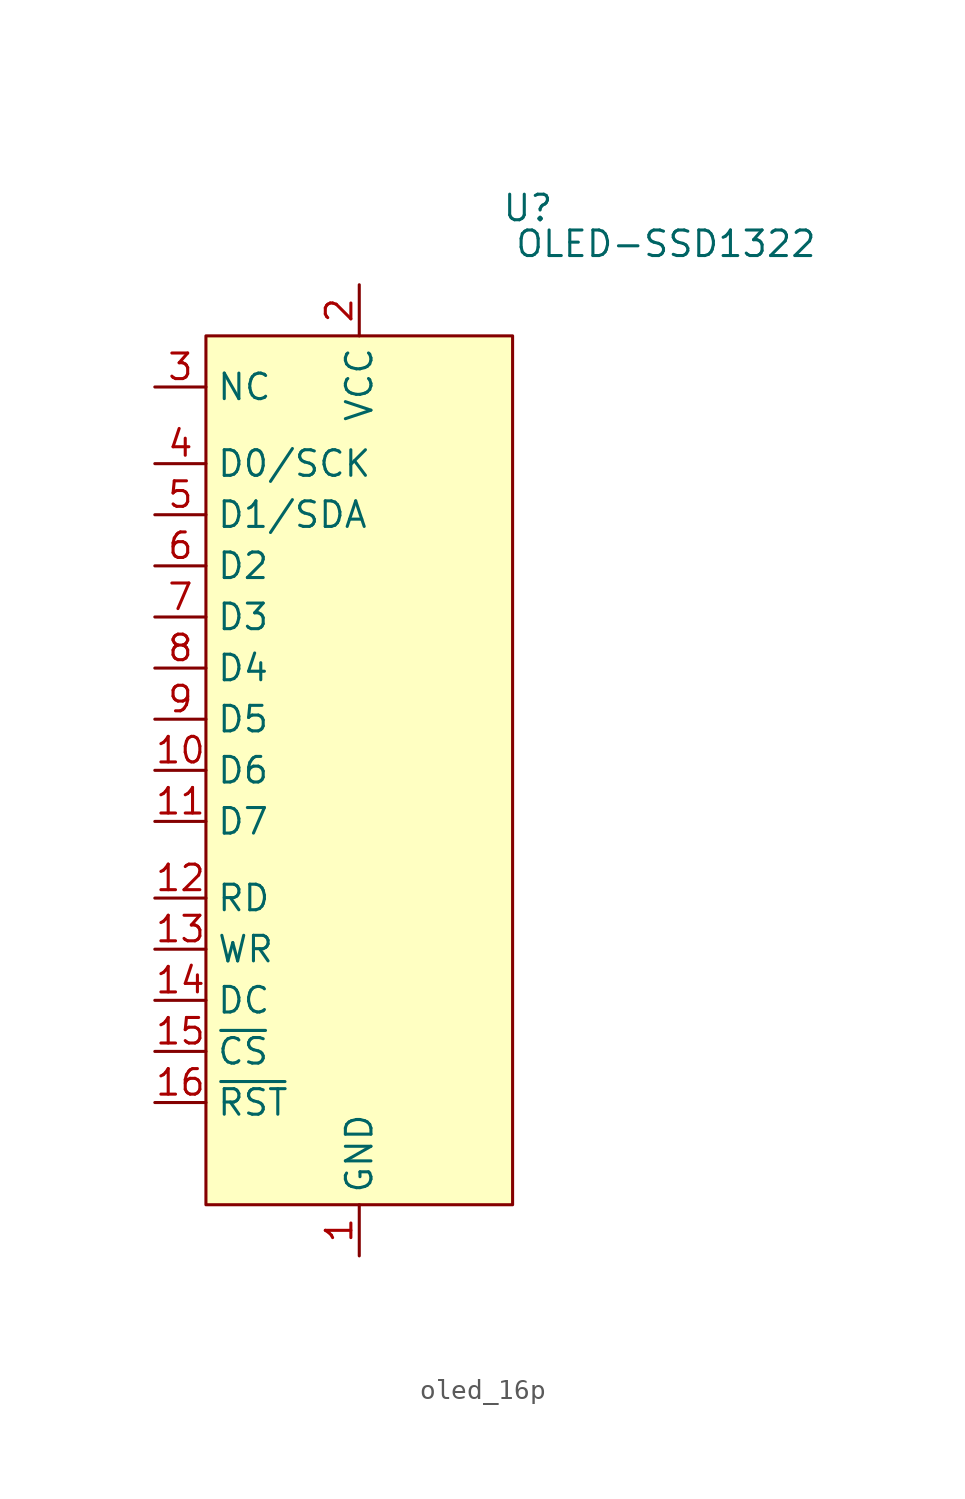
<source format=kicad_sym>
(kicad_symbol_lib
  (version 20241209)
  (generator "kicad_symbol_editor")
  (generator_version "9.0")
  (symbol "oled_16p"
    (property "Reference" "U"
      (at 8.382 22.86 0)
      (effects (font (size 1.27 1.27))))
    (property "Value" "OLED-SSD1322"
      (at 15.24 21.082 0)
      (effects (font (size 1.27 1.27))))
    (symbol "oled_16p_1_1"
      (rectangle (start -7.62 16.51) (end 7.62 -26.67) (stroke (width 0) (type solid)) (fill (type background)))
      (pin input line (at -10.16 13.97 0) (length 2.54) (name "NC" (effects (font (size 1.27 1.27)))) (number "3" (effects (font (size 1.27 1.27)))))
      (pin input line (at -10.16 10.16 0) (length 2.54) (name "D0/SCK" (effects (font (size 1.27 1.27)))) (number "4" (effects (font (size 1.27 1.27)))))
      (pin input line (at -10.16 7.62 0) (length 2.54) (name "D1/SDA" (effects (font (size 1.27 1.27)))) (number "5" (effects (font (size 1.27 1.27)))))
      (pin input line (at -10.16 5.08 0) (length 2.54) (name "D2" (effects (font (size 1.27 1.27)))) (number "6" (effects (font (size 1.27 1.27)))))
      (pin input line (at -10.16 2.54 0) (length 2.54) (name "D3" (effects (font (size 1.27 1.27)))) (number "7" (effects (font (size 1.27 1.27)))))
      (pin input line (at -10.16 0 0) (length 2.54) (name "D4" (effects (font (size 1.27 1.27)))) (number "8" (effects (font (size 1.27 1.27)))))
      (pin input line (at -10.16 -2.54 0) (length 2.54) (name "D5" (effects (font (size 1.27 1.27)))) (number "9" (effects (font (size 1.27 1.27)))))
      (pin input line (at -10.16 -5.08 0) (length 2.54) (name "D6" (effects (font (size 1.27 1.27)))) (number "10" (effects (font (size 1.27 1.27)))))
      (pin input line (at -10.16 -7.62 0) (length 2.54) (name "D7" (effects (font (size 1.27 1.27)))) (number "11" (effects (font (size 1.27 1.27)))))
      (pin input line (at -10.16 -11.43 0) (length 2.54) (name "RD" (effects (font (size 1.27 1.27)))) (number "12" (effects (font (size 1.27 1.27)))))
      (pin input line (at -10.16 -13.97 0) (length 2.54) (name "WR" (effects (font (size 1.27 1.27)))) (number "13" (effects (font (size 1.27 1.27)))))
      (pin input line (at -10.16 -16.51 0) (length 2.54) (name "DC" (effects (font (size 1.27 1.27)))) (number "14" (effects (font (size 1.27 1.27)))))
      (pin input line (at -10.16 -19.05 0) (length 2.54) (name "~{CS}" (effects (font (size 1.27 1.27)))) (number "15" (effects (font (size 1.27 1.27)))))
      (pin input line (at -10.16 -21.59 0) (length 2.54) (name "~{RST}" (effects (font (size 1.27 1.27)))) (number "16" (effects (font (size 1.27 1.27)))))
      (pin power_in line (at 0 19.05 270) (length 2.54) (name "VCC" (effects (font (size 1.27 1.27)))) (number "2" (effects (font (size 1.27 1.27)))))
      (pin power_out line (at 0 -29.21 90) (length 2.54) (name "GND" (effects (font (size 1.27 1.27)))) (number "1" (effects (font (size 1.27 1.27))))))))
</source>
